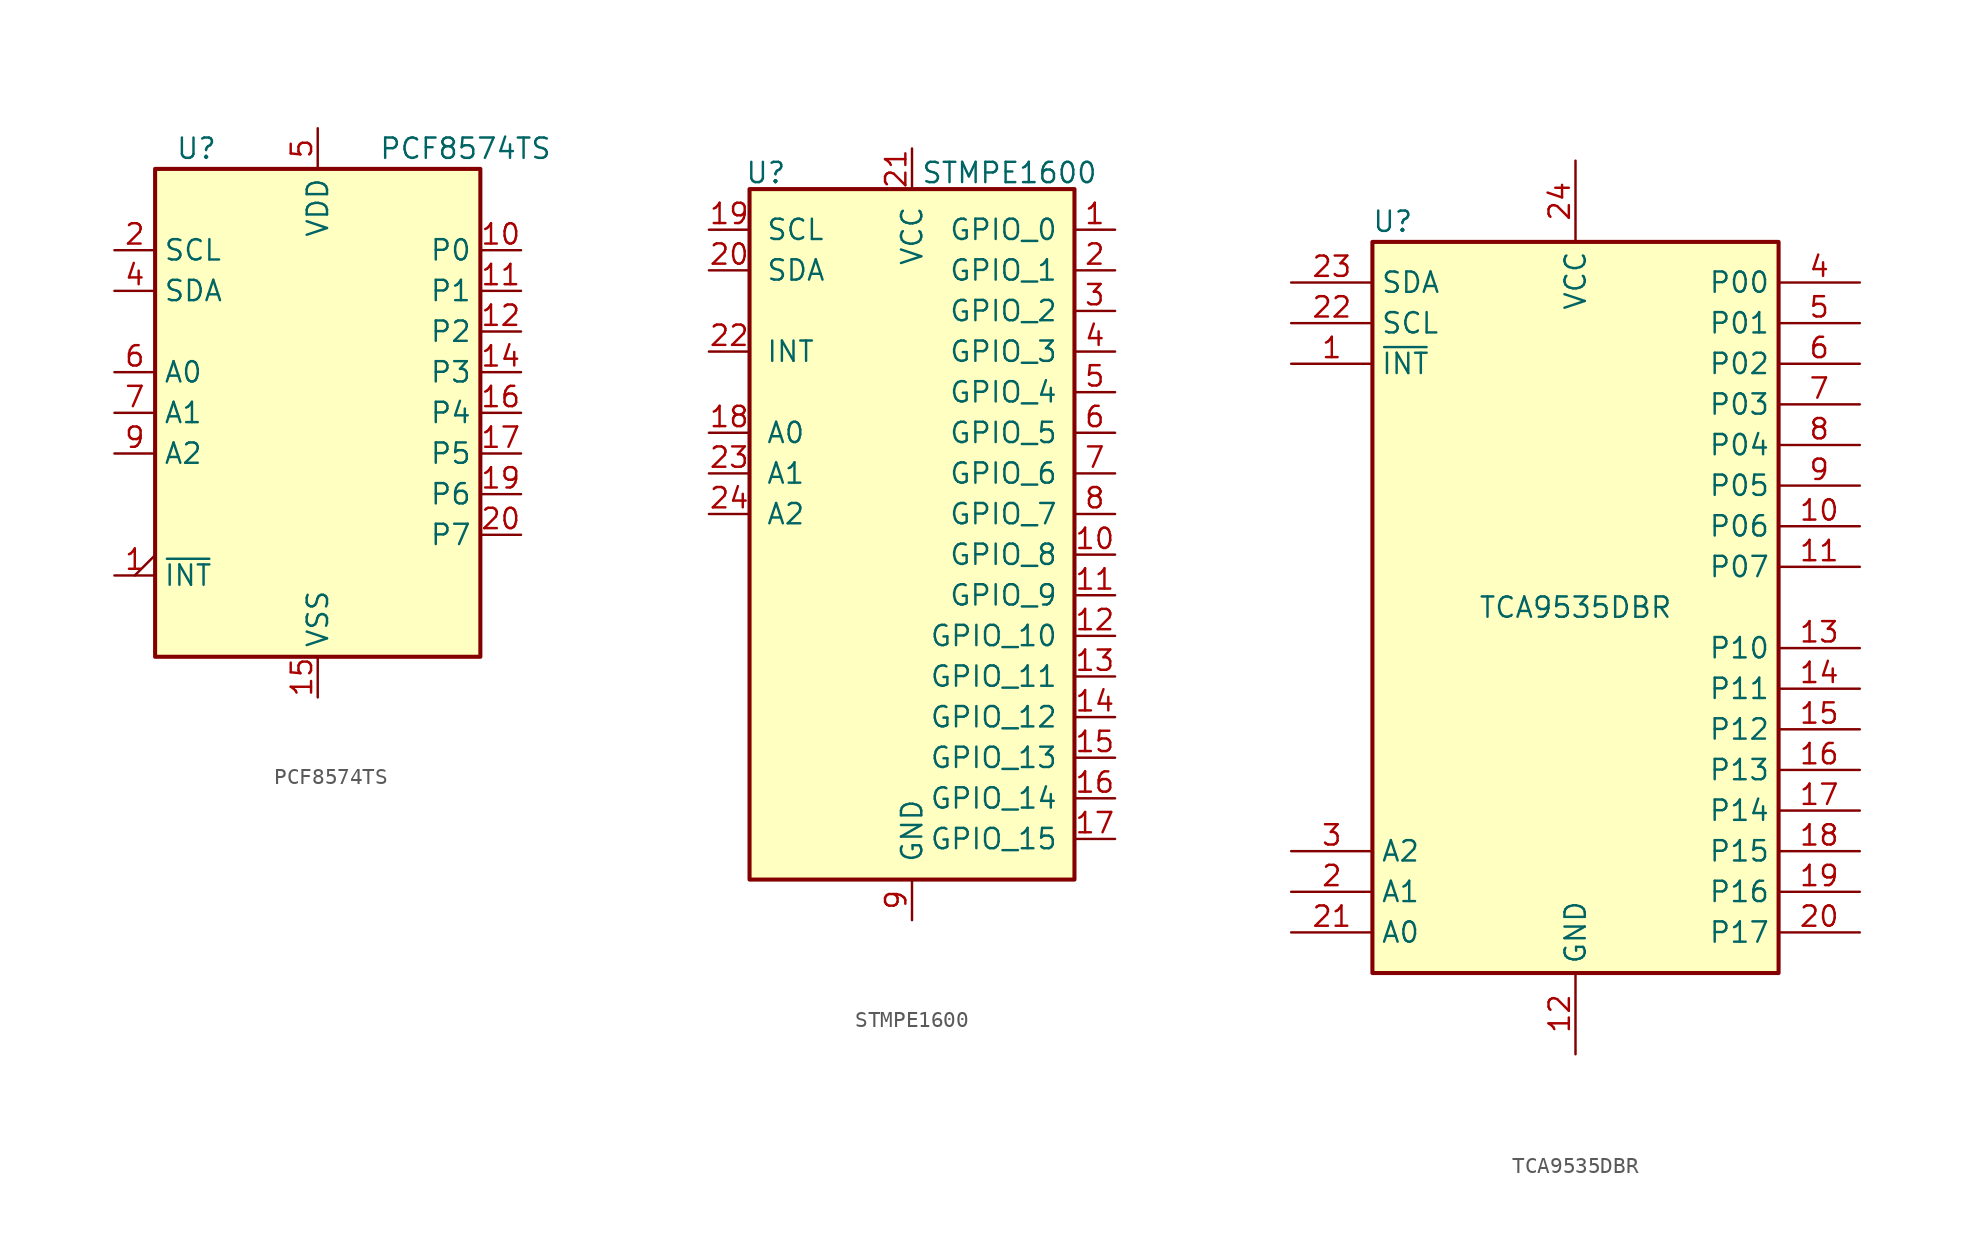
<source format=kicad_sym>
(kicad_symbol_lib
  (version 20201005)
  (generator kicad_symbol_editor)
  (symbol "Interface_Expansion:PCF8574TS"
    (property "Reference" "U"
      (at -8.89 16.51 0)
      (effects (font (size 1.27 1.27)) (justify left)))
    (property "Value" "PCF8574TS"
      (at 3.81 16.51 0)
      (effects (font (size 1.27 1.27)) (justify left)))
    (symbol "PCF8574TS_0_1"
      (rectangle (start -10.16 15.24) (end 10.16 -15.24) (stroke (width 0.254)) (fill (type background))))
    (symbol "PCF8574TS_1_1"
      (pin open_collector output_low (at -12.7 -10.16 0) (length 2.54) (name "~INT~" (effects (font (size 1.27 1.27)))) (number "1" (effects (font (size 1.27 1.27)))))
      (pin bidirectional line (at 12.7 10.16 180) (length 2.54) (name "P0" (effects (font (size 1.27 1.27)))) (number "10" (effects (font (size 1.27 1.27)))))
      (pin bidirectional line (at 12.7 7.62 180) (length 2.54) (name "P1" (effects (font (size 1.27 1.27)))) (number "11" (effects (font (size 1.27 1.27)))))
      (pin bidirectional line (at 12.7 5.08 180) (length 2.54) (name "P2" (effects (font (size 1.27 1.27)))) (number "12" (effects (font (size 1.27 1.27)))))
      (pin no_connect line (at -10.16 -5.08 0) (length 2.54) hide (name "NC" (effects (font (size 1.27 1.27)))) (number "13" (effects (font (size 1.27 1.27)))))
      (pin bidirectional line (at 12.7 2.54 180) (length 2.54) (name "P3" (effects (font (size 1.27 1.27)))) (number "14" (effects (font (size 1.27 1.27)))))
      (pin power_in line (at 0 -17.78 90) (length 2.54) (name "VSS" (effects (font (size 1.27 1.27)))) (number "15" (effects (font (size 1.27 1.27)))))
      (pin bidirectional line (at 12.7 0 180) (length 2.54) (name "P4" (effects (font (size 1.27 1.27)))) (number "16" (effects (font (size 1.27 1.27)))))
      (pin bidirectional line (at 12.7 -2.54 180) (length 2.54) (name "P5" (effects (font (size 1.27 1.27)))) (number "17" (effects (font (size 1.27 1.27)))))
      (pin no_connect line (at -10.16 -7.62 0) (length 2.54) hide (name "NC" (effects (font (size 1.27 1.27)))) (number "18" (effects (font (size 1.27 1.27)))))
      (pin bidirectional line (at 12.7 -5.08 180) (length 2.54) (name "P6" (effects (font (size 1.27 1.27)))) (number "19" (effects (font (size 1.27 1.27)))))
      (pin input line (at -12.7 10.16 0) (length 2.54) (name "SCL" (effects (font (size 1.27 1.27)))) (number "2" (effects (font (size 1.27 1.27)))))
      (pin bidirectional line (at 12.7 -7.62 180) (length 2.54) (name "P7" (effects (font (size 1.27 1.27)))) (number "20" (effects (font (size 1.27 1.27)))))
      (pin no_connect line (at 10.16 -10.16 180) (length 2.54) hide (name "NC" (effects (font (size 1.27 1.27)))) (number "3" (effects (font (size 1.27 1.27)))))
      (pin bidirectional line (at -12.7 7.62 0) (length 2.54) (name "SDA" (effects (font (size 1.27 1.27)))) (number "4" (effects (font (size 1.27 1.27)))))
      (pin power_in line (at 0 17.78 270) (length 2.54) (name "VDD" (effects (font (size 1.27 1.27)))) (number "5" (effects (font (size 1.27 1.27)))))
      (pin input line (at -12.7 2.54 0) (length 2.54) (name "A0" (effects (font (size 1.27 1.27)))) (number "6" (effects (font (size 1.27 1.27)))))
      (pin input line (at -12.7 0 0) (length 2.54) (name "A1" (effects (font (size 1.27 1.27)))) (number "7" (effects (font (size 1.27 1.27)))))
      (pin no_connect line (at 10.16 -12.7 180) (length 2.54) hide (name "NC" (effects (font (size 1.27 1.27)))) (number "8" (effects (font (size 1.27 1.27)))))
      (pin input line (at -12.7 -2.54 0) (length 2.54) (name "A2" (effects (font (size 1.27 1.27)))) (number "9" (effects (font (size 1.27 1.27)))))))
  (symbol "Interface_Expansion:STMPE1600"
    (pin_names
      (offset 1.016))
    (property "Reference" "U"
      (at -9.144 21.336 0)
      (effects (font (size 1.27 1.27))))
    (property "Value" "STMPE1600"
      (at 6.096 21.336 0)
      (effects (font (size 1.27 1.27))))
    (symbol "STMPE1600_0_1"
      (rectangle (start -10.16 20.32) (end 10.16 -22.86) (stroke (width 0.254)) (fill (type background))))
    (symbol "STMPE1600_1_1"
      (pin bidirectional line (at 12.7 17.78 180) (length 2.54) (name "GPIO_0" (effects (font (size 1.27 1.27)))) (number "1" (effects (font (size 1.27 1.27)))))
      (pin bidirectional line (at 12.7 -2.54 180) (length 2.54) (name "GPIO_8" (effects (font (size 1.27 1.27)))) (number "10" (effects (font (size 1.27 1.27)))))
      (pin bidirectional line (at 12.7 -5.08 180) (length 2.54) (name "GPIO_9" (effects (font (size 1.27 1.27)))) (number "11" (effects (font (size 1.27 1.27)))))
      (pin bidirectional line (at 12.7 -7.62 180) (length 2.54) (name "GPIO_10" (effects (font (size 1.27 1.27)))) (number "12" (effects (font (size 1.27 1.27)))))
      (pin bidirectional line (at 12.7 -10.16 180) (length 2.54) (name "GPIO_11" (effects (font (size 1.27 1.27)))) (number "13" (effects (font (size 1.27 1.27)))))
      (pin bidirectional line (at 12.7 -12.7 180) (length 2.54) (name "GPIO_12" (effects (font (size 1.27 1.27)))) (number "14" (effects (font (size 1.27 1.27)))))
      (pin bidirectional line (at 12.7 -15.24 180) (length 2.54) (name "GPIO_13" (effects (font (size 1.27 1.27)))) (number "15" (effects (font (size 1.27 1.27)))))
      (pin bidirectional line (at 12.7 -17.78 180) (length 2.54) (name "GPIO_14" (effects (font (size 1.27 1.27)))) (number "16" (effects (font (size 1.27 1.27)))))
      (pin bidirectional line (at 12.7 -20.32 180) (length 2.54) (name "GPIO_15" (effects (font (size 1.27 1.27)))) (number "17" (effects (font (size 1.27 1.27)))))
      (pin input line (at -12.7 5.08 0) (length 2.54) (name "A0" (effects (font (size 1.27 1.27)))) (number "18" (effects (font (size 1.27 1.27)))))
      (pin input line (at -12.7 17.78 0) (length 2.54) (name "SCL" (effects (font (size 1.27 1.27)))) (number "19" (effects (font (size 1.27 1.27)))))
      (pin bidirectional line (at 12.7 15.24 180) (length 2.54) (name "GPIO_1" (effects (font (size 1.27 1.27)))) (number "2" (effects (font (size 1.27 1.27)))))
      (pin bidirectional line (at -12.7 15.24 0) (length 2.54) (name "SDA" (effects (font (size 1.27 1.27)))) (number "20" (effects (font (size 1.27 1.27)))))
      (pin power_in line (at 0 22.86 270) (length 2.54) (name "VCC" (effects (font (size 1.27 1.27)))) (number "21" (effects (font (size 1.27 1.27)))))
      (pin output line (at -12.7 10.16 0) (length 2.54) (name "INT" (effects (font (size 1.27 1.27)))) (number "22" (effects (font (size 1.27 1.27)))))
      (pin input line (at -12.7 2.54 0) (length 2.54) (name "A1" (effects (font (size 1.27 1.27)))) (number "23" (effects (font (size 1.27 1.27)))))
      (pin input line (at -12.7 0 0) (length 2.54) (name "A2" (effects (font (size 1.27 1.27)))) (number "24" (effects (font (size 1.27 1.27)))))
      (pin bidirectional line (at 12.7 12.7 180) (length 2.54) (name "GPIO_2" (effects (font (size 1.27 1.27)))) (number "3" (effects (font (size 1.27 1.27)))))
      (pin bidirectional line (at 12.7 10.16 180) (length 2.54) (name "GPIO_3" (effects (font (size 1.27 1.27)))) (number "4" (effects (font (size 1.27 1.27)))))
      (pin bidirectional line (at 12.7 7.62 180) (length 2.54) (name "GPIO_4" (effects (font (size 1.27 1.27)))) (number "5" (effects (font (size 1.27 1.27)))))
      (pin bidirectional line (at 12.7 5.08 180) (length 2.54) (name "GPIO_5" (effects (font (size 1.27 1.27)))) (number "6" (effects (font (size 1.27 1.27)))))
      (pin bidirectional line (at 12.7 2.54 180) (length 2.54) (name "GPIO_6" (effects (font (size 1.27 1.27)))) (number "7" (effects (font (size 1.27 1.27)))))
      (pin bidirectional line (at 12.7 0 180) (length 2.54) (name "GPIO_7" (effects (font (size 1.27 1.27)))) (number "8" (effects (font (size 1.27 1.27)))))
      (pin power_in line (at 0 -25.4 90) (length 2.54) (name "GND" (effects (font (size 1.27 1.27)))) (number "9" (effects (font (size 1.27 1.27)))))))
  (symbol "Interface_Expansion:TCA9535DBR"
    (property "Reference" "U"
      (at -11.43 24.13 0)
      (effects (font (size 1.27 1.27))))
    (property "Value" "TCA9535DBR"
      (at 0 0 0)
      (effects (font (size 1.27 1.27))))
    (symbol "TCA9535DBR_0_1"
      (rectangle (start -12.7 22.86) (end 12.7 -22.86) (stroke (width 0.254)) (fill (type background))))
    (symbol "TCA9535DBR_1_1"
      (pin open_collector line (at -17.78 15.24 0) (length 5.08) (name "~INT" (effects (font (size 1.27 1.27)))) (number "1" (effects (font (size 1.27 1.27)))))
      (pin bidirectional line (at 17.78 5.08 180) (length 5.08) (name "P06" (effects (font (size 1.27 1.27)))) (number "10" (effects (font (size 1.27 1.27)))))
      (pin bidirectional line (at 17.78 2.54 180) (length 5.08) (name "P07" (effects (font (size 1.27 1.27)))) (number "11" (effects (font (size 1.27 1.27)))))
      (pin power_in line (at 0 -27.94 90) (length 5.08) (name "GND" (effects (font (size 1.27 1.27)))) (number "12" (effects (font (size 1.27 1.27)))))
      (pin bidirectional line (at 17.78 -2.54 180) (length 5.08) (name "P10" (effects (font (size 1.27 1.27)))) (number "13" (effects (font (size 1.27 1.27)))))
      (pin bidirectional line (at 17.78 -5.08 180) (length 5.08) (name "P11" (effects (font (size 1.27 1.27)))) (number "14" (effects (font (size 1.27 1.27)))))
      (pin bidirectional line (at 17.78 -7.62 180) (length 5.08) (name "P12" (effects (font (size 1.27 1.27)))) (number "15" (effects (font (size 1.27 1.27)))))
      (pin bidirectional line (at 17.78 -10.16 180) (length 5.08) (name "P13" (effects (font (size 1.27 1.27)))) (number "16" (effects (font (size 1.27 1.27)))))
      (pin bidirectional line (at 17.78 -12.7 180) (length 5.08) (name "P14" (effects (font (size 1.27 1.27)))) (number "17" (effects (font (size 1.27 1.27)))))
      (pin bidirectional line (at 17.78 -15.24 180) (length 5.08) (name "P15" (effects (font (size 1.27 1.27)))) (number "18" (effects (font (size 1.27 1.27)))))
      (pin bidirectional line (at 17.78 -17.78 180) (length 5.08) (name "P16" (effects (font (size 1.27 1.27)))) (number "19" (effects (font (size 1.27 1.27)))))
      (pin input line (at -17.78 -17.78 0) (length 5.08) (name "A1" (effects (font (size 1.27 1.27)))) (number "2" (effects (font (size 1.27 1.27)))))
      (pin bidirectional line (at 17.78 -20.32 180) (length 5.08) (name "P17" (effects (font (size 1.27 1.27)))) (number "20" (effects (font (size 1.27 1.27)))))
      (pin input line (at -17.78 -20.32 0) (length 5.08) (name "A0" (effects (font (size 1.27 1.27)))) (number "21" (effects (font (size 1.27 1.27)))))
      (pin input line (at -17.78 17.78 0) (length 5.08) (name "SCL" (effects (font (size 1.27 1.27)))) (number "22" (effects (font (size 1.27 1.27)))))
      (pin bidirectional line (at -17.78 20.32 0) (length 5.08) (name "SDA" (effects (font (size 1.27 1.27)))) (number "23" (effects (font (size 1.27 1.27)))))
      (pin power_in line (at 0 27.94 270) (length 5.08) (name "VCC" (effects (font (size 1.27 1.27)))) (number "24" (effects (font (size 1.27 1.27)))))
      (pin input line (at -17.78 -15.24 0) (length 5.08) (name "A2" (effects (font (size 1.27 1.27)))) (number "3" (effects (font (size 1.27 1.27)))))
      (pin bidirectional line (at 17.78 20.32 180) (length 5.08) (name "P00" (effects (font (size 1.27 1.27)))) (number "4" (effects (font (size 1.27 1.27)))))
      (pin bidirectional line (at 17.78 17.78 180) (length 5.08) (name "P01" (effects (font (size 1.27 1.27)))) (number "5" (effects (font (size 1.27 1.27)))))
      (pin bidirectional line (at 17.78 15.24 180) (length 5.08) (name "P02" (effects (font (size 1.27 1.27)))) (number "6" (effects (font (size 1.27 1.27)))))
      (pin bidirectional line (at 17.78 12.7 180) (length 5.08) (name "P03" (effects (font (size 1.27 1.27)))) (number "7" (effects (font (size 1.27 1.27)))))
      (pin bidirectional line (at 17.78 10.16 180) (length 5.08) (name "P04" (effects (font (size 1.27 1.27)))) (number "8" (effects (font (size 1.27 1.27)))))
      (pin bidirectional line (at 17.78 7.62 180) (length 5.08) (name "P05" (effects (font (size 1.27 1.27)))) (number "9" (effects (font (size 1.27 1.27))))))))
</source>
